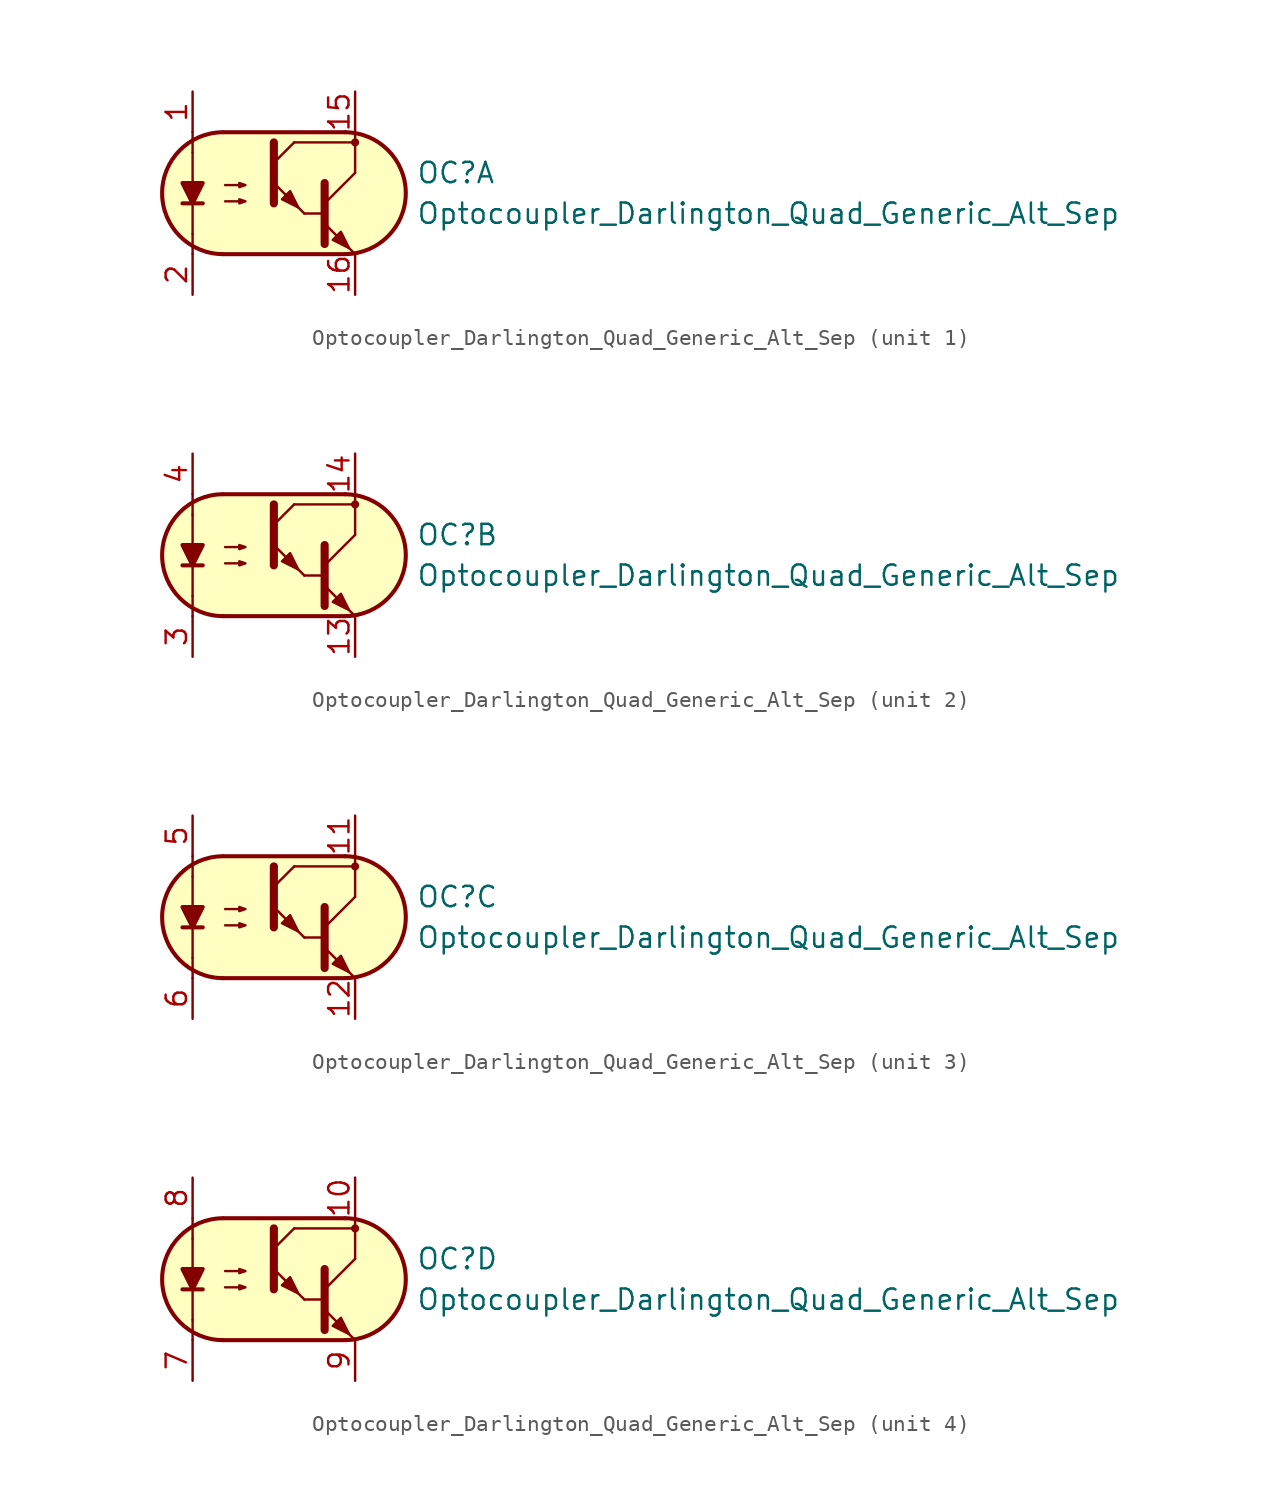
<source format=kicad_sym>
(kicad_symbol_lib
  (version 20211014)
  (generator kicad_symbol_editor)
  (symbol "Optocoupler_AKL:Optocoupler_Darlington_Quad_Generic_Alt_Sep"
    (pin_names
      (offset 1.016))
    (property "Reference" "OC"
      (at 8.89 1.27 0)
      (effects (font (size 1.27 1.27)) (justify left)))
    (property "Value" "Optocoupler_Darlington_Quad_Generic_Alt_Sep"
      (at 8.89 -1.27 0)
      (effects (font (size 1.27 1.27)) (justify left)))
    (property "ki_locked" ""
      (at 0 0 0)
      (effects (font (size 1.27 1.27))))
    (symbol "Optocoupler_Darlington_Quad_Generic_Alt_Sep_0_1"
      (arc (start -3.2135 3.8099) (mid -6.9851 -0.016) (end -3.1816 -3.8101) (stroke (width 0.254) (type default) (color 0 0 0 0)) (fill (type none)))
      (polyline (pts (xy -5.08 -2.54) (xy -5.08 -3.81)) (stroke (width 0.152) (type default) (color 0 0 0 0)) (fill (type none)))
      (polyline (pts (xy -5.08 -2.54) (xy -5.08 2.54)) (stroke (width 0.152) (type default) (color 0 0 0 0)) (fill (type none)))
      (polyline (pts (xy -5.08 2.54) (xy -5.08 3.81)) (stroke (width 0.152) (type default) (color 0 0 0 0)) (fill (type none)))
      (polyline (pts (xy -3.175 -3.81) (xy 4.445 -3.81)) (stroke (width 0.254) (type default) (color 0 0 0 0)) (fill (type none)))
      (polyline (pts (xy 1.27 3.175) (xy 5.08 3.175)) (stroke (width 0.152) (type default) (color 0 0 0 0)) (fill (type none)))
      (polyline (pts (xy 1.905 -1.27) (xy 3.175 -1.27)) (stroke (width 0) (type default) (color 0 0 0 0)) (fill (type none)))
      (polyline (pts (xy 3.175 -0.635) (xy 5.08 1.27)) (stroke (width 0) (type default) (color 0 0 0 0)) (fill (type none)))
      (polyline (pts (xy 4.445 3.81) (xy -3.175 3.81)) (stroke (width 0.254) (type default) (color 0 0 0 0)) (fill (type none)))
      (polyline (pts (xy 5.08 -3.81) (xy 3.175 -1.905)) (stroke (width 0) (type default) (color 0 0 0 0)) (fill (type outline)))
      (polyline (pts (xy 5.08 1.27) (xy 5.08 3.81)) (stroke (width 0.152) (type default) (color 0 0 0 0)) (fill (type none)))
      (polyline (pts (xy 3.175 0.635) (xy 3.175 -3.175) (xy 3.175 -3.175)) (stroke (width 0.508) (type default) (color 0 0 0 0)) (fill (type none)))
      (polyline (pts (xy -3.048 -0.508) (xy -1.778 -0.508) (xy -2.159 -0.635) (xy -2.159 -0.381) (xy -1.778 -0.508)) (stroke (width 0) (type default) (color 0 0 0 0)) (fill (type none)))
      (polyline (pts (xy -3.048 0.508) (xy -1.778 0.508) (xy -2.159 0.381) (xy -2.159 0.635) (xy -1.778 0.508)) (stroke (width 0) (type default) (color 0 0 0 0)) (fill (type none)))
      (polyline (pts (xy 3.683 -2.921) (xy 4.191 -2.413) (xy 4.699 -3.429) (xy 3.683 -2.921) (xy 3.683 -2.921)) (stroke (width 0) (type default) (color 0 0 0 0)) (fill (type outline)))
      (polyline (pts (xy 4.445 3.81) (xy -2.921 3.81) (xy -3.302 3.81) (xy -3.556 3.81) (xy -4.191 3.683) (xy -4.826 3.429) (xy -5.334 3.175) (xy -6.223 2.286) (xy -6.858 1.016) (xy -6.985 -0.127) (xy -6.731 -1.27) (xy -6.096 -2.413) (xy -5.08 -3.302) (xy -3.556 -3.81) (xy 4.826 -3.81) (xy 5.842 -3.556) (xy 6.858 -2.921) (xy 7.62 -2.159) (xy 8.001 -1.397) (xy 8.255 -0.127) (xy 8.128 0.889) (xy 7.874 1.651) (xy 7.493 2.286) (xy 6.985 2.794) (xy 6.35 3.302) (xy 5.461 3.683) (xy 4.445 3.81)) (stroke (width 0.01) (type default) (color 0 0 0 0)) (fill (type background)))
      (arc (start 4.4769 -3.81) (mid 8.2485 0.0159) (end 4.445 3.81) (stroke (width 0.254) (type default) (color 0 0 0 0)) (fill (type none))))
    (symbol "Optocoupler_Darlington_Quad_Generic_Alt_Sep_1_1"
      (polyline (pts (xy -5.715 -0.635) (xy -4.445 -0.635)) (stroke (width 0.254) (type default) (color 0 0 0 0)) (fill (type none)))
      (polyline (pts (xy 0 1.905) (xy 1.27 3.175)) (stroke (width 0) (type default) (color 0 0 0 0)) (fill (type none)))
      (polyline (pts (xy 1.905 -1.27) (xy 0 0.635)) (stroke (width 0) (type default) (color 0 0 0 0)) (fill (type outline)))
      (polyline (pts (xy 0 3.175) (xy 0 -0.635) (xy 0 -0.635)) (stroke (width 0.508) (type default) (color 0 0 0 0)) (fill (type none)))
      (polyline (pts (xy -5.08 -0.635) (xy -5.715 0.635) (xy -4.445 0.635) (xy -5.08 -0.635)) (stroke (width 0.254) (type default) (color 0 0 0 0)) (fill (type outline)))
      (polyline (pts (xy 0.508 -0.381) (xy 1.016 0.127) (xy 1.524 -0.889) (xy 0.508 -0.381) (xy 0.508 -0.381)) (stroke (width 0) (type default) (color 0 0 0 0)) (fill (type outline)))
      (circle (center 5.08 3.175) (radius 0.178) (stroke (width 0)) (stroke (width 0) (type default) (color 0 0 0 0)) (fill (type outline)))
      (pin passive line (at -5.08 6.35 270) (length 2.54) (name "~" (effects (font (size 1.27 1.27)))) (number "1" (effects (font (size 1.27 1.27)))))
      (pin passive line (at 5.08 6.35 270) (length 2.54) (name "~" (effects (font (size 1.27 1.27)))) (number "15" (effects (font (size 1.27 1.27)))))
      (pin passive line (at 5.08 -6.35 90) (length 2.54) (name "~" (effects (font (size 1.27 1.27)))) (number "16" (effects (font (size 1.27 1.27)))))
      (pin passive line (at -5.08 -6.35 90) (length 2.54) (name "~" (effects (font (size 1.27 1.27)))) (number "2" (effects (font (size 1.27 1.27))))))
    (symbol "Optocoupler_Darlington_Quad_Generic_Alt_Sep_2_1"
      (polyline (pts (xy -5.715 -0.635) (xy -4.445 -0.635)) (stroke (width 0.254) (type default) (color 0 0 0 0)) (fill (type none)))
      (polyline (pts (xy 0 1.905) (xy 1.27 3.175)) (stroke (width 0) (type default) (color 0 0 0 0)) (fill (type none)))
      (polyline (pts (xy 1.905 -1.27) (xy 0 0.635)) (stroke (width 0) (type default) (color 0 0 0 0)) (fill (type outline)))
      (polyline (pts (xy 0 3.175) (xy 0 -0.635) (xy 0 -0.635)) (stroke (width 0.508) (type default) (color 0 0 0 0)) (fill (type none)))
      (polyline (pts (xy -5.08 -0.635) (xy -5.715 0.635) (xy -4.445 0.635) (xy -5.08 -0.635)) (stroke (width 0.254) (type default) (color 0 0 0 0)) (fill (type outline)))
      (polyline (pts (xy 0.508 -0.381) (xy 1.016 0.127) (xy 1.524 -0.889) (xy 0.508 -0.381) (xy 0.508 -0.381)) (stroke (width 0) (type default) (color 0 0 0 0)) (fill (type outline)))
      (circle (center 5.08 3.175) (radius 0.178) (stroke (width 0)) (stroke (width 0) (type default) (color 0 0 0 0)) (fill (type outline)))
      (pin passive line (at 5.08 -6.35 90) (length 2.54) (name "~" (effects (font (size 1.27 1.27)))) (number "13" (effects (font (size 1.27 1.27)))))
      (pin passive line (at 5.08 6.35 270) (length 2.54) (name "~" (effects (font (size 1.27 1.27)))) (number "14" (effects (font (size 1.27 1.27)))))
      (pin passive line (at -5.08 -6.35 90) (length 2.54) (name "~" (effects (font (size 1.27 1.27)))) (number "3" (effects (font (size 1.27 1.27)))))
      (pin passive line (at -5.08 6.35 270) (length 2.54) (name "~" (effects (font (size 1.27 1.27)))) (number "4" (effects (font (size 1.27 1.27))))))
    (symbol "Optocoupler_Darlington_Quad_Generic_Alt_Sep_3_1"
      (polyline (pts (xy -5.715 -0.635) (xy -4.445 -0.635)) (stroke (width 0.254) (type default) (color 0 0 0 0)) (fill (type none)))
      (polyline (pts (xy 0 1.905) (xy 1.27 3.175)) (stroke (width 0) (type default) (color 0 0 0 0)) (fill (type none)))
      (polyline (pts (xy 1.905 -1.27) (xy 0 0.635)) (stroke (width 0) (type default) (color 0 0 0 0)) (fill (type outline)))
      (polyline (pts (xy 0 3.175) (xy 0 -0.635) (xy 0 -0.635)) (stroke (width 0.508) (type default) (color 0 0 0 0)) (fill (type none)))
      (polyline (pts (xy -5.08 -0.635) (xy -5.715 0.635) (xy -4.445 0.635) (xy -5.08 -0.635)) (stroke (width 0.254) (type default) (color 0 0 0 0)) (fill (type outline)))
      (polyline (pts (xy 0.508 -0.381) (xy 1.016 0.127) (xy 1.524 -0.889) (xy 0.508 -0.381) (xy 0.508 -0.381)) (stroke (width 0) (type default) (color 0 0 0 0)) (fill (type outline)))
      (circle (center 5.08 3.175) (radius 0.178) (stroke (width 0)) (stroke (width 0) (type default) (color 0 0 0 0)) (fill (type outline)))
      (pin passive line (at 5.08 6.35 270) (length 2.54) (name "~" (effects (font (size 1.27 1.27)))) (number "11" (effects (font (size 1.27 1.27)))))
      (pin passive line (at 5.08 -6.35 90) (length 2.54) (name "~" (effects (font (size 1.27 1.27)))) (number "12" (effects (font (size 1.27 1.27)))))
      (pin passive line (at -5.08 6.35 270) (length 2.54) (name "~" (effects (font (size 1.27 1.27)))) (number "5" (effects (font (size 1.27 1.27)))))
      (pin passive line (at -5.08 -6.35 90) (length 2.54) (name "~" (effects (font (size 1.27 1.27)))) (number "6" (effects (font (size 1.27 1.27))))))
    (symbol "Optocoupler_Darlington_Quad_Generic_Alt_Sep_4_1"
      (polyline (pts (xy -5.715 -0.635) (xy -4.445 -0.635)) (stroke (width 0.254) (type default) (color 0 0 0 0)) (fill (type none)))
      (polyline (pts (xy 0 1.905) (xy 1.27 3.175)) (stroke (width 0) (type default) (color 0 0 0 0)) (fill (type none)))
      (polyline (pts (xy 1.905 -1.27) (xy 0 0.635)) (stroke (width 0) (type default) (color 0 0 0 0)) (fill (type outline)))
      (polyline (pts (xy 0 3.175) (xy 0 -0.635) (xy 0 -0.635)) (stroke (width 0.508) (type default) (color 0 0 0 0)) (fill (type none)))
      (polyline (pts (xy -5.08 -0.635) (xy -5.715 0.635) (xy -4.445 0.635) (xy -5.08 -0.635)) (stroke (width 0.254) (type default) (color 0 0 0 0)) (fill (type outline)))
      (polyline (pts (xy 0.508 -0.381) (xy 1.016 0.127) (xy 1.524 -0.889) (xy 0.508 -0.381) (xy 0.508 -0.381)) (stroke (width 0) (type default) (color 0 0 0 0)) (fill (type outline)))
      (circle (center 5.08 3.175) (radius 0.178) (stroke (width 0)) (stroke (width 0) (type default) (color 0 0 0 0)) (fill (type outline)))
      (pin passive line (at 5.08 6.35 270) (length 2.54) (name "~" (effects (font (size 1.27 1.27)))) (number "10" (effects (font (size 1.27 1.27)))))
      (pin passive line (at -5.08 -6.35 90) (length 2.54) (name "~" (effects (font (size 1.27 1.27)))) (number "7" (effects (font (size 1.27 1.27)))))
      (pin passive line (at -5.08 6.35 270) (length 2.54) (name "~" (effects (font (size 1.27 1.27)))) (number "8" (effects (font (size 1.27 1.27)))))
      (pin passive line (at 5.08 -6.35 90) (length 2.54) (name "~" (effects (font (size 1.27 1.27)))) (number "9" (effects (font (size 1.27 1.27))))))))
</source>
